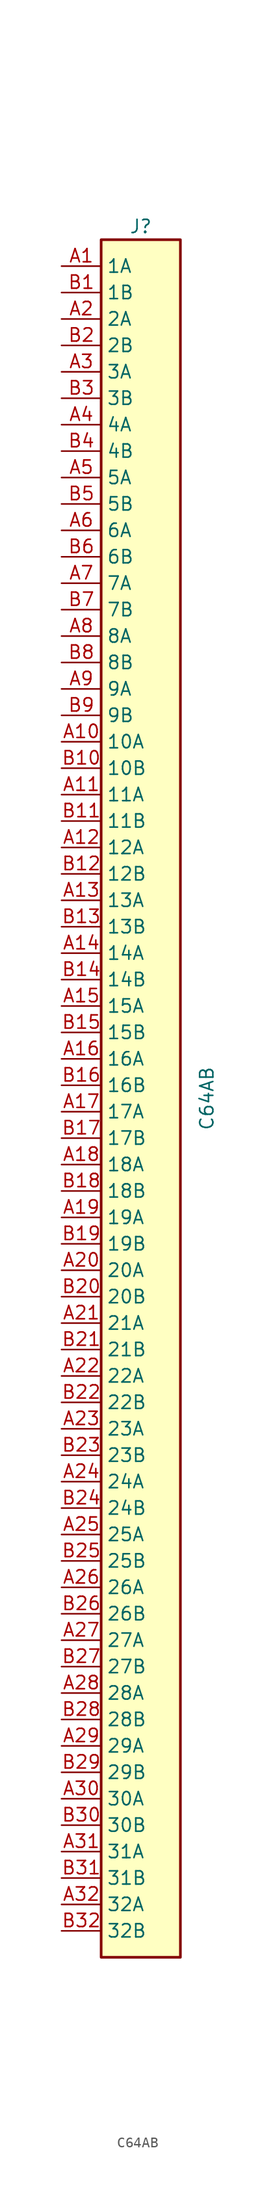
<source format=kicad_sym>
(kicad_symbol_lib
  (version 20201005)
  (generator kicad_symbol_editor)
  (symbol "C64AB"
    (property "Reference" "J"
      (at 0 85.09 0)
      (effects (font (size 1.27 1.27))))
    (property "Value" "C64AB"
      (at 6.35 1.27 90)
      (effects (font (size 1.27 1.27))))
    (symbol "C64AB_0_1"
      (rectangle (start -3.81 -81.28) (end 3.81 83.82) (stroke (width 0.254)) (fill (type background))))
    (symbol "C64AB_1_1"
      (pin passive line (at -7.62 81.28 0) (length 3.81) (name "1A" (effects (font (size 1.27 1.27)))) (number "A1" (effects (font (size 1.27 1.27)))))
      (pin passive line (at -7.62 35.56 0) (length 3.81) (name "10A" (effects (font (size 1.27 1.27)))) (number "A10" (effects (font (size 1.27 1.27)))))
      (pin passive line (at -7.62 30.48 0) (length 3.81) (name "11A" (effects (font (size 1.27 1.27)))) (number "A11" (effects (font (size 1.27 1.27)))))
      (pin passive line (at -7.62 25.4 0) (length 3.81) (name "12A" (effects (font (size 1.27 1.27)))) (number "A12" (effects (font (size 1.27 1.27)))))
      (pin passive line (at -7.62 20.32 0) (length 3.81) (name "13A" (effects (font (size 1.27 1.27)))) (number "A13" (effects (font (size 1.27 1.27)))))
      (pin passive line (at -7.62 15.24 0) (length 3.81) (name "14A" (effects (font (size 1.27 1.27)))) (number "A14" (effects (font (size 1.27 1.27)))))
      (pin passive line (at -7.62 10.16 0) (length 3.81) (name "15A" (effects (font (size 1.27 1.27)))) (number "A15" (effects (font (size 1.27 1.27)))))
      (pin passive line (at -7.62 5.08 0) (length 3.81) (name "16A" (effects (font (size 1.27 1.27)))) (number "A16" (effects (font (size 1.27 1.27)))))
      (pin passive line (at -7.62 0 0) (length 3.81) (name "17A" (effects (font (size 1.27 1.27)))) (number "A17" (effects (font (size 1.27 1.27)))))
      (pin passive line (at -7.62 -5.08 0) (length 3.81) (name "18A" (effects (font (size 1.27 1.27)))) (number "A18" (effects (font (size 1.27 1.27)))))
      (pin passive line (at -7.62 -10.16 0) (length 3.81) (name "19A" (effects (font (size 1.27 1.27)))) (number "A19" (effects (font (size 1.27 1.27)))))
      (pin passive line (at -7.62 76.2 0) (length 3.81) (name "2A" (effects (font (size 1.27 1.27)))) (number "A2" (effects (font (size 1.27 1.27)))))
      (pin passive line (at -7.62 -15.24 0) (length 3.81) (name "20A" (effects (font (size 1.27 1.27)))) (number "A20" (effects (font (size 1.27 1.27)))))
      (pin passive line (at -7.62 -20.32 0) (length 3.81) (name "21A" (effects (font (size 1.27 1.27)))) (number "A21" (effects (font (size 1.27 1.27)))))
      (pin passive line (at -7.62 -25.4 0) (length 3.81) (name "22A" (effects (font (size 1.27 1.27)))) (number "A22" (effects (font (size 1.27 1.27)))))
      (pin passive line (at -7.62 -30.48 0) (length 3.81) (name "23A" (effects (font (size 1.27 1.27)))) (number "A23" (effects (font (size 1.27 1.27)))))
      (pin passive line (at -7.62 -35.56 0) (length 3.81) (name "24A" (effects (font (size 1.27 1.27)))) (number "A24" (effects (font (size 1.27 1.27)))))
      (pin passive line (at -7.62 -40.64 0) (length 3.81) (name "25A" (effects (font (size 1.27 1.27)))) (number "A25" (effects (font (size 1.27 1.27)))))
      (pin passive line (at -7.62 -45.72 0) (length 3.81) (name "26A" (effects (font (size 1.27 1.27)))) (number "A26" (effects (font (size 1.27 1.27)))))
      (pin passive line (at -7.62 -50.8 0) (length 3.81) (name "27A" (effects (font (size 1.27 1.27)))) (number "A27" (effects (font (size 1.27 1.27)))))
      (pin passive line (at -7.62 -55.88 0) (length 3.81) (name "28A" (effects (font (size 1.27 1.27)))) (number "A28" (effects (font (size 1.27 1.27)))))
      (pin passive line (at -7.62 -60.96 0) (length 3.81) (name "29A" (effects (font (size 1.27 1.27)))) (number "A29" (effects (font (size 1.27 1.27)))))
      (pin passive line (at -7.62 71.12 0) (length 3.81) (name "3A" (effects (font (size 1.27 1.27)))) (number "A3" (effects (font (size 1.27 1.27)))))
      (pin passive line (at -7.62 -66.04 0) (length 3.81) (name "30A" (effects (font (size 1.27 1.27)))) (number "A30" (effects (font (size 1.27 1.27)))))
      (pin passive line (at -7.62 -71.12 0) (length 3.81) (name "31A" (effects (font (size 1.27 1.27)))) (number "A31" (effects (font (size 1.27 1.27)))))
      (pin passive line (at -7.62 -76.2 0) (length 3.81) (name "32A" (effects (font (size 1.27 1.27)))) (number "A32" (effects (font (size 1.27 1.27)))))
      (pin passive line (at -7.62 66.04 0) (length 3.81) (name "4A" (effects (font (size 1.27 1.27)))) (number "A4" (effects (font (size 1.27 1.27)))))
      (pin passive line (at -7.62 60.96 0) (length 3.81) (name "5A" (effects (font (size 1.27 1.27)))) (number "A5" (effects (font (size 1.27 1.27)))))
      (pin passive line (at -7.62 55.88 0) (length 3.81) (name "6A" (effects (font (size 1.27 1.27)))) (number "A6" (effects (font (size 1.27 1.27)))))
      (pin passive line (at -7.62 50.8 0) (length 3.81) (name "7A" (effects (font (size 1.27 1.27)))) (number "A7" (effects (font (size 1.27 1.27)))))
      (pin passive line (at -7.62 45.72 0) (length 3.81) (name "8A" (effects (font (size 1.27 1.27)))) (number "A8" (effects (font (size 1.27 1.27)))))
      (pin passive line (at -7.62 40.64 0) (length 3.81) (name "9A" (effects (font (size 1.27 1.27)))) (number "A9" (effects (font (size 1.27 1.27)))))
      (pin passive line (at -7.62 78.74 0) (length 3.81) (name "1B" (effects (font (size 1.27 1.27)))) (number "B1" (effects (font (size 1.27 1.27)))))
      (pin passive line (at -7.62 33.02 0) (length 3.81) (name "10B" (effects (font (size 1.27 1.27)))) (number "B10" (effects (font (size 1.27 1.27)))))
      (pin passive line (at -7.62 27.94 0) (length 3.81) (name "11B" (effects (font (size 1.27 1.27)))) (number "B11" (effects (font (size 1.27 1.27)))))
      (pin passive line (at -7.62 22.86 0) (length 3.81) (name "12B" (effects (font (size 1.27 1.27)))) (number "B12" (effects (font (size 1.27 1.27)))))
      (pin passive line (at -7.62 17.78 0) (length 3.81) (name "13B" (effects (font (size 1.27 1.27)))) (number "B13" (effects (font (size 1.27 1.27)))))
      (pin passive line (at -7.62 12.7 0) (length 3.81) (name "14B" (effects (font (size 1.27 1.27)))) (number "B14" (effects (font (size 1.27 1.27)))))
      (pin passive line (at -7.62 7.62 0) (length 3.81) (name "15B" (effects (font (size 1.27 1.27)))) (number "B15" (effects (font (size 1.27 1.27)))))
      (pin passive line (at -7.62 2.54 0) (length 3.81) (name "16B" (effects (font (size 1.27 1.27)))) (number "B16" (effects (font (size 1.27 1.27)))))
      (pin passive line (at -7.62 -2.54 0) (length 3.81) (name "17B" (effects (font (size 1.27 1.27)))) (number "B17" (effects (font (size 1.27 1.27)))))
      (pin passive line (at -7.62 -7.62 0) (length 3.81) (name "18B" (effects (font (size 1.27 1.27)))) (number "B18" (effects (font (size 1.27 1.27)))))
      (pin passive line (at -7.62 -12.7 0) (length 3.81) (name "19B" (effects (font (size 1.27 1.27)))) (number "B19" (effects (font (size 1.27 1.27)))))
      (pin passive line (at -7.62 73.66 0) (length 3.81) (name "2B" (effects (font (size 1.27 1.27)))) (number "B2" (effects (font (size 1.27 1.27)))))
      (pin passive line (at -7.62 -17.78 0) (length 3.81) (name "20B" (effects (font (size 1.27 1.27)))) (number "B20" (effects (font (size 1.27 1.27)))))
      (pin passive line (at -7.62 -22.86 0) (length 3.81) (name "21B" (effects (font (size 1.27 1.27)))) (number "B21" (effects (font (size 1.27 1.27)))))
      (pin passive line (at -7.62 -27.94 0) (length 3.81) (name "22B" (effects (font (size 1.27 1.27)))) (number "B22" (effects (font (size 1.27 1.27)))))
      (pin passive line (at -7.62 -33.02 0) (length 3.81) (name "23B" (effects (font (size 1.27 1.27)))) (number "B23" (effects (font (size 1.27 1.27)))))
      (pin passive line (at -7.62 -38.1 0) (length 3.81) (name "24B" (effects (font (size 1.27 1.27)))) (number "B24" (effects (font (size 1.27 1.27)))))
      (pin passive line (at -7.62 -43.18 0) (length 3.81) (name "25B" (effects (font (size 1.27 1.27)))) (number "B25" (effects (font (size 1.27 1.27)))))
      (pin passive line (at -7.62 -48.26 0) (length 3.81) (name "26B" (effects (font (size 1.27 1.27)))) (number "B26" (effects (font (size 1.27 1.27)))))
      (pin passive line (at -7.62 -53.34 0) (length 3.81) (name "27B" (effects (font (size 1.27 1.27)))) (number "B27" (effects (font (size 1.27 1.27)))))
      (pin passive line (at -7.62 -58.42 0) (length 3.81) (name "28B" (effects (font (size 1.27 1.27)))) (number "B28" (effects (font (size 1.27 1.27)))))
      (pin passive line (at -7.62 -63.5 0) (length 3.81) (name "29B" (effects (font (size 1.27 1.27)))) (number "B29" (effects (font (size 1.27 1.27)))))
      (pin passive line (at -7.62 68.58 0) (length 3.81) (name "3B" (effects (font (size 1.27 1.27)))) (number "B3" (effects (font (size 1.27 1.27)))))
      (pin passive line (at -7.62 -68.58 0) (length 3.81) (name "30B" (effects (font (size 1.27 1.27)))) (number "B30" (effects (font (size 1.27 1.27)))))
      (pin passive line (at -7.62 -73.66 0) (length 3.81) (name "31B" (effects (font (size 1.27 1.27)))) (number "B31" (effects (font (size 1.27 1.27)))))
      (pin passive line (at -7.62 -78.74 0) (length 3.81) (name "32B" (effects (font (size 1.27 1.27)))) (number "B32" (effects (font (size 1.27 1.27)))))
      (pin passive line (at -7.62 63.5 0) (length 3.81) (name "4B" (effects (font (size 1.27 1.27)))) (number "B4" (effects (font (size 1.27 1.27)))))
      (pin passive line (at -7.62 58.42 0) (length 3.81) (name "5B" (effects (font (size 1.27 1.27)))) (number "B5" (effects (font (size 1.27 1.27)))))
      (pin passive line (at -7.62 53.34 0) (length 3.81) (name "6B" (effects (font (size 1.27 1.27)))) (number "B6" (effects (font (size 1.27 1.27)))))
      (pin passive line (at -7.62 48.26 0) (length 3.81) (name "7B" (effects (font (size 1.27 1.27)))) (number "B7" (effects (font (size 1.27 1.27)))))
      (pin passive line (at -7.62 43.18 0) (length 3.81) (name "8B" (effects (font (size 1.27 1.27)))) (number "B8" (effects (font (size 1.27 1.27)))))
      (pin passive line (at -7.62 38.1 0) (length 3.81) (name "9B" (effects (font (size 1.27 1.27)))) (number "B9" (effects (font (size 1.27 1.27))))))))
</source>
